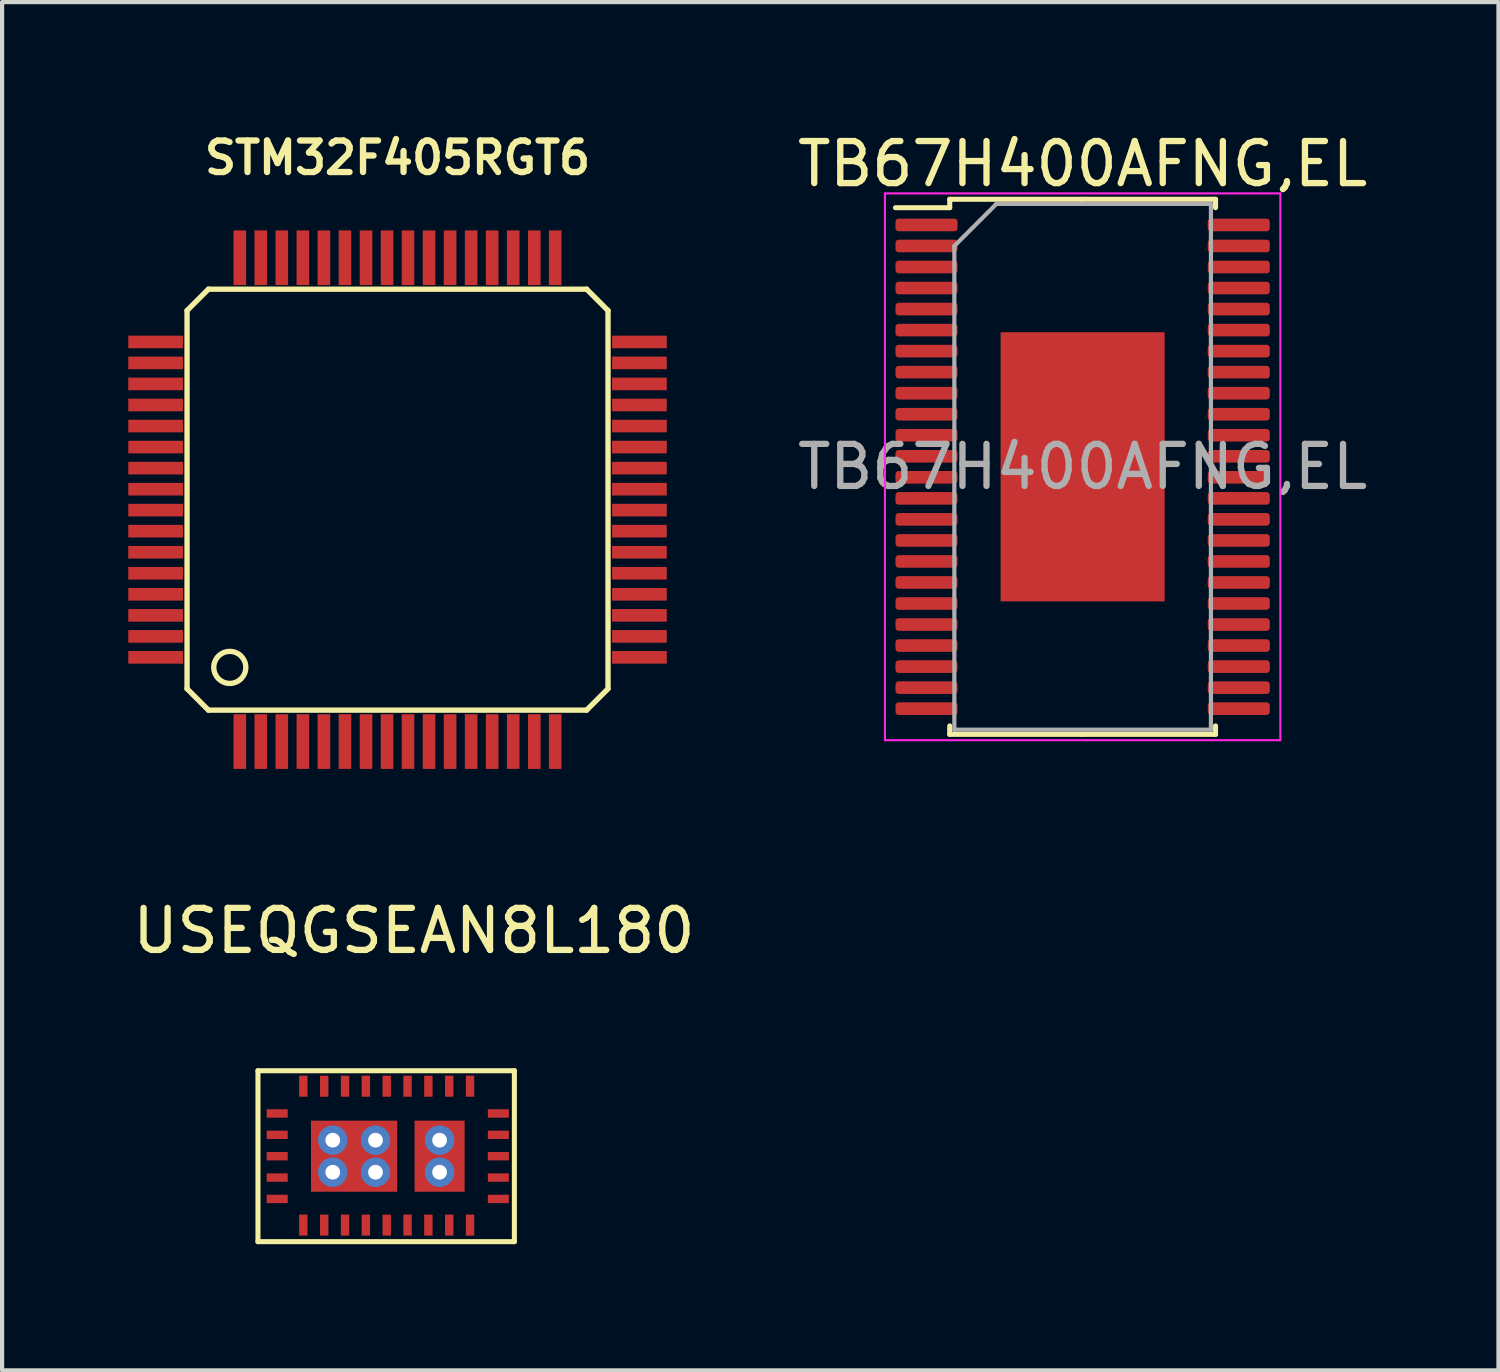
<source format=kicad_pcb>
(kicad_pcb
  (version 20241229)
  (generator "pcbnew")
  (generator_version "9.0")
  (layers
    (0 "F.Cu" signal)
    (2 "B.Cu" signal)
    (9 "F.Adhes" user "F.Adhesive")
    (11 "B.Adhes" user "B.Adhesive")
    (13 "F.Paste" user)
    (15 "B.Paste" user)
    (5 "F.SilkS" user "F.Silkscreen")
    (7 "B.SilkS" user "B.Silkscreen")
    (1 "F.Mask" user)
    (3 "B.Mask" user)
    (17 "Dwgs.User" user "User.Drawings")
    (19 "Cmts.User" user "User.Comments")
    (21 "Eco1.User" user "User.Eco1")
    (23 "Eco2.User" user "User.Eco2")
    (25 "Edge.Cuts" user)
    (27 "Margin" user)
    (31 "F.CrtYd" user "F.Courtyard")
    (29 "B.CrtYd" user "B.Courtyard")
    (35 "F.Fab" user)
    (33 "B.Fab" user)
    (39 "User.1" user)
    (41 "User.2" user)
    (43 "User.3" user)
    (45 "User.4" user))
  (footprint "USEQGSEAN8L180"
    (layer "F.Cu")
    (at 6.893 21.39)
    (property "Reference" "USEQGSEAN8L180" (at -0.102 -2.311 0) (layer "F.SilkS") (effects (font (size 1 1) (thickness 0.15))))
    (attr through_hole)
    (fp_line (start -3.81 1.016) (end 2.286 1.016) (stroke (width 0.12) (type solid)) (layer "F.SilkS"))
    (fp_line (start -3.81 5.08) (end -3.81 1.016) (stroke (width 0.12) (type solid)) (layer "F.SilkS"))
    (fp_line (start 2.286 1.016) (end 2.286 5.08) (stroke (width 0.12) (type solid)) (layer "F.SilkS"))
    (fp_line (start 2.286 5.08) (end -3.81 5.08) (stroke (width 0.12) (type solid)) (layer "F.SilkS"))
    (pad "1" smd rect (at -2.731 4.686 90) (size 0.5 0.2) (layers "F.Cu" "F.Mask" "F.Paste"))
    (pad "2" smd rect (at -2.235 4.686 90) (size 0.5 0.2) (layers "F.Cu" "F.Mask" "F.Paste"))
    (pad "3" smd rect (at -1.74 4.686 90) (size 0.5 0.2) (layers "F.Cu" "F.Mask" "F.Paste"))
    (pad "4" smd rect (at -1.245 4.686 90) (size 0.5 0.2) (layers "F.Cu" "F.Mask" "F.Paste"))
    (pad "5" smd rect (at -0.749 4.686 90) (size 0.5 0.2) (layers "F.Cu" "F.Mask" "F.Paste"))
    (pad "6" smd rect (at -0.254 4.686 90) (size 0.5 0.2) (layers "F.Cu" "F.Mask" "F.Paste"))
    (pad "7" smd rect (at 0.241 4.686 90) (size 0.5 0.2) (layers "F.Cu" "F.Mask" "F.Paste"))
    (pad "8" smd rect (at 0.737 4.686 90) (size 0.5 0.2) (layers "F.Cu" "F.Mask" "F.Paste"))
    (pad "9" smd rect (at 1.232 4.686 90) (size 0.5 0.2) (layers "F.Cu" "F.Mask" "F.Paste"))
    (pad "10" smd rect (at 1.905 4.064 180) (size 0.5 0.2) (layers "F.Cu" "F.Mask" "F.Paste"))
    (pad "11" smd rect (at 1.905 3.556 180) (size 0.5 0.2) (layers "F.Cu" "F.Mask" "F.Paste"))
    (pad "12" smd rect (at 1.905 3.048 180) (size 0.5 0.2) (layers "F.Cu" "F.Mask" "F.Paste"))
    (pad "13" smd rect (at 1.905 2.54 180) (size 0.5 0.2) (layers "F.Cu" "F.Mask" "F.Paste"))
    (pad "14" smd rect (at 1.905 2.032 180) (size 0.5 0.2) (layers "F.Cu" "F.Mask" "F.Paste"))
    (pad "15" smd rect (at 1.232 1.384 90) (size 0.5 0.2) (layers "F.Cu" "F.Mask" "F.Paste"))
    (pad "16" smd rect (at 0.737 1.384 90) (size 0.5 0.2) (layers "F.Cu" "F.Mask" "F.Paste"))
    (pad "17" smd rect (at 0.241 1.384 90) (size 0.5 0.2) (layers "F.Cu" "F.Mask" "F.Paste"))
    (pad "18" smd rect (at -0.254 1.384 90) (size 0.5 0.2) (layers "F.Cu" "F.Mask" "F.Paste"))
    (pad "19" smd rect (at -0.749 1.384 90) (size 0.5 0.2) (layers "F.Cu" "F.Mask" "F.Paste"))
    (pad "20" smd rect (at -1.245 1.384 90) (size 0.5 0.2) (layers "F.Cu" "F.Mask" "F.Paste"))
    (pad "21" smd rect (at -1.74 1.384 90) (size 0.5 0.2) (layers "F.Cu" "F.Mask" "F.Paste"))
    (pad "22" smd rect (at -2.235 1.384 90) (size 0.5 0.2) (layers "F.Cu" "F.Mask" "F.Paste"))
    (pad "23" smd rect (at -2.731 1.384 90) (size 0.5 0.2) (layers "F.Cu" "F.Mask" "F.Paste"))
    (pad "24" smd rect (at -3.353 2.032 180) (size 0.5 0.2) (layers "F.Cu" "F.Mask" "F.Paste"))
    (pad "25" smd rect (at -3.353 2.54 180) (size 0.5 0.2) (layers "F.Cu" "F.Mask" "F.Paste"))
    (pad "26" smd rect (at -3.353 3.048 180) (size 0.5 0.2) (layers "F.Cu" "F.Mask" "F.Paste"))
    (pad "27" smd rect (at -3.353 3.556 180) (size 0.5 0.2) (layers "F.Cu" "F.Mask" "F.Paste"))
    (pad "28" smd rect (at -3.353 4.064 180) (size 0.5 0.2) (layers "F.Cu" "F.Mask" "F.Paste"))
    (pad "29" thru_hole circle (at -2.032 2.667) (size 0.7 0.7) (drill 0.35) (layers "*.Cu" "*.Mask"))
    (pad "29" thru_hole circle (at -2.032 3.429) (size 0.7 0.7) (drill 0.35) (layers "*.Cu" "*.Mask"))
    (pad "29" smd rect (at -1.524 3.048) (size 2.05 1.69) (layers "F.Cu" "F.Mask" "F.Paste"))
    (pad "29" thru_hole circle (at -1.016 2.667) (size 0.7 0.7) (drill 0.35) (layers "*.Cu" "*.Mask"))
    (pad "29" thru_hole circle (at -1.016 3.429) (size 0.7 0.7) (drill 0.35) (layers "*.Cu" "*.Mask"))
    (pad "30" thru_hole circle (at 0.508 2.667) (size 0.7 0.7) (drill 0.35) (layers "*.Cu" "*.Mask"))
    (pad "30" smd rect (at 0.508 3.048) (size 1.19 1.69) (layers "F.Cu" "F.Mask" "F.Paste"))
    (pad "30" thru_hole circle (at 0.508 3.429) (size 0.7 0.7) (drill 0.35) (layers "*.Cu" "*.Mask")))
  (footprint "STM32F405RGT6"
    (layer "F.Cu")
    (at 6.401 8.829)
    (property "Reference" "STM32F405RGT6" (at 0 -8.128 0) (layer "F.SilkS") (effects (font (size 0.749 0.749) (thickness 0.15))))
    (attr through_hole)
    (fp_line (start -5.004 -4.496) (end -4.496 -5.004) (stroke (width 0.127) (type solid)) (layer "F.SilkS"))
    (fp_line (start -5.004 4.496) (end -5.004 -4.496) (stroke (width 0.127) (type solid)) (layer "F.SilkS"))
    (fp_line (start -4.496 -5.004) (end 4.496 -5.004) (stroke (width 0.127) (type solid)) (layer "F.SilkS"))
    (fp_line (start -4.496 5.004) (end -5.004 4.496) (stroke (width 0.127) (type solid)) (layer "F.SilkS"))
    (fp_line (start 4.496 -5.004) (end 5.004 -4.496) (stroke (width 0.127) (type solid)) (layer "F.SilkS"))
    (fp_line (start 4.496 5.004) (end -4.496 5.004) (stroke (width 0.127) (type solid)) (layer "F.SilkS"))
    (fp_line (start 5.004 4.496) (end 4.496 5.004) (stroke (width 0.127) (type solid)) (layer "F.SilkS"))
    (fp_line (start 5.004 4.496) (end 5.004 -4.496) (stroke (width 0.127) (type solid)) (layer "F.SilkS"))
    (fp_circle (center -3.988 3.988) (end -4.216 4.293) (stroke (width 0.127) (type solid)) (fill no) (layer "F.SilkS"))
    (pad "1" smd rect (at -3.749 5.751) (size 0.3 1.3) (layers "F.Cu" "F.Mask" "F.Paste"))
    (pad "2" smd rect (at -3.251 5.751) (size 0.3 1.3) (layers "F.Cu" "F.Mask" "F.Paste"))
    (pad "3" smd rect (at -2.751 5.751) (size 0.3 1.3) (layers "F.Cu" "F.Mask" "F.Paste"))
    (pad "4" smd rect (at -2.25 5.751) (size 0.3 1.3) (layers "F.Cu" "F.Mask" "F.Paste"))
    (pad "5" smd rect (at -1.75 5.751) (size 0.3 1.3) (layers "F.Cu" "F.Mask" "F.Paste"))
    (pad "6" smd rect (at -1.25 5.751) (size 0.3 1.3) (layers "F.Cu" "F.Mask" "F.Paste"))
    (pad "7" smd rect (at -0.749 5.751) (size 0.3 1.3) (layers "F.Cu" "F.Mask" "F.Paste"))
    (pad "8" smd rect (at -0.249 5.751) (size 0.3 1.3) (layers "F.Cu" "F.Mask" "F.Paste"))
    (pad "9" smd rect (at 0.249 5.751) (size 0.3 1.3) (layers "F.Cu" "F.Mask" "F.Paste"))
    (pad "10" smd rect (at 0.749 5.751) (size 0.3 1.3) (layers "F.Cu" "F.Mask" "F.Paste"))
    (pad "11" smd rect (at 1.25 5.751) (size 0.3 1.3) (layers "F.Cu" "F.Mask" "F.Paste"))
    (pad "12" smd rect (at 1.75 5.751) (size 0.3 1.3) (layers "F.Cu" "F.Mask" "F.Paste"))
    (pad "13" smd rect (at 2.25 5.751) (size 0.3 1.3) (layers "F.Cu" "F.Mask" "F.Paste"))
    (pad "14" smd rect (at 2.751 5.751) (size 0.3 1.3) (layers "F.Cu" "F.Mask" "F.Paste"))
    (pad "15" smd rect (at 3.251 5.751) (size 0.3 1.3) (layers "F.Cu" "F.Mask" "F.Paste"))
    (pad "16" smd rect (at 3.749 5.751) (size 0.3 1.3) (layers "F.Cu" "F.Mask" "F.Paste"))
    (pad "17" smd rect (at 5.751 3.749) (size 1.3 0.3) (layers "F.Cu" "F.Mask" "F.Paste"))
    (pad "18" smd rect (at 5.751 3.251) (size 1.3 0.3) (layers "F.Cu" "F.Mask" "F.Paste"))
    (pad "19" smd rect (at 5.751 2.751) (size 1.3 0.3) (layers "F.Cu" "F.Mask" "F.Paste"))
    (pad "20" smd rect (at 5.751 2.25) (size 1.3 0.3) (layers "F.Cu" "F.Mask" "F.Paste"))
    (pad "21" smd rect (at 5.751 1.75) (size 1.3 0.3) (layers "F.Cu" "F.Mask" "F.Paste"))
    (pad "22" smd rect (at 5.751 1.25) (size 1.3 0.3) (layers "F.Cu" "F.Mask" "F.Paste"))
    (pad "23" smd rect (at 5.751 0.749) (size 1.3 0.3) (layers "F.Cu" "F.Mask" "F.Paste"))
    (pad "24" smd rect (at 5.751 0.249) (size 1.3 0.3) (layers "F.Cu" "F.Mask" "F.Paste"))
    (pad "25" smd rect (at 5.751 -0.249) (size 1.3 0.3) (layers "F.Cu" "F.Mask" "F.Paste"))
    (pad "26" smd rect (at 5.751 -0.749) (size 1.3 0.3) (layers "F.Cu" "F.Mask" "F.Paste"))
    (pad "27" smd rect (at 5.751 -1.25) (size 1.3 0.3) (layers "F.Cu" "F.Mask" "F.Paste"))
    (pad "28" smd rect (at 5.751 -1.75) (size 1.3 0.3) (layers "F.Cu" "F.Mask" "F.Paste"))
    (pad "29" smd rect (at 5.751 -2.25) (size 1.3 0.3) (layers "F.Cu" "F.Mask" "F.Paste"))
    (pad "30" smd rect (at 5.751 -2.751) (size 1.3 0.3) (layers "F.Cu" "F.Mask" "F.Paste"))
    (pad "31" smd rect (at 5.751 -3.251) (size 1.3 0.3) (layers "F.Cu" "F.Mask" "F.Paste"))
    (pad "32" smd rect (at 5.751 -3.749) (size 1.3 0.3) (layers "F.Cu" "F.Mask" "F.Paste"))
    (pad "33" smd rect (at 3.749 -5.751) (size 0.3 1.3) (layers "F.Cu" "F.Mask" "F.Paste"))
    (pad "34" smd rect (at 3.251 -5.751) (size 0.3 1.3) (layers "F.Cu" "F.Mask" "F.Paste"))
    (pad "35" smd rect (at 2.751 -5.751) (size 0.3 1.3) (layers "F.Cu" "F.Mask" "F.Paste"))
    (pad "36" smd rect (at 2.25 -5.751) (size 0.3 1.3) (layers "F.Cu" "F.Mask" "F.Paste"))
    (pad "37" smd rect (at 1.75 -5.751) (size 0.3 1.3) (layers "F.Cu" "F.Mask" "F.Paste"))
    (pad "38" smd rect (at 1.25 -5.751) (size 0.3 1.3) (layers "F.Cu" "F.Mask" "F.Paste"))
    (pad "39" smd rect (at 0.749 -5.751) (size 0.3 1.3) (layers "F.Cu" "F.Mask" "F.Paste"))
    (pad "40" smd rect (at 0.249 -5.751) (size 0.3 1.3) (layers "F.Cu" "F.Mask" "F.Paste"))
    (pad "41" smd rect (at -0.249 -5.751) (size 0.3 1.3) (layers "F.Cu" "F.Mask" "F.Paste"))
    (pad "42" smd rect (at -0.749 -5.751) (size 0.3 1.3) (layers "F.Cu" "F.Mask" "F.Paste"))
    (pad "43" smd rect (at -1.25 -5.751) (size 0.3 1.3) (layers "F.Cu" "F.Mask" "F.Paste"))
    (pad "44" smd rect (at -1.75 -5.751) (size 0.3 1.3) (layers "F.Cu" "F.Mask" "F.Paste"))
    (pad "45" smd rect (at -2.25 -5.751) (size 0.3 1.3) (layers "F.Cu" "F.Mask" "F.Paste"))
    (pad "46" smd rect (at -2.751 -5.751) (size 0.3 1.3) (layers "F.Cu" "F.Mask" "F.Paste"))
    (pad "47" smd rect (at -3.251 -5.751) (size 0.3 1.3) (layers "F.Cu" "F.Mask" "F.Paste"))
    (pad "48" smd rect (at -3.749 -5.751) (size 0.3 1.3) (layers "F.Cu" "F.Mask" "F.Paste"))
    (pad "49" smd rect (at -5.751 -3.749) (size 1.3 0.3) (layers "F.Cu" "F.Mask" "F.Paste"))
    (pad "50" smd rect (at -5.751 -3.251) (size 1.3 0.3) (layers "F.Cu" "F.Mask" "F.Paste"))
    (pad "51" smd rect (at -5.751 -2.751) (size 1.3 0.3) (layers "F.Cu" "F.Mask" "F.Paste"))
    (pad "52" smd rect (at -5.751 -2.25) (size 1.3 0.3) (layers "F.Cu" "F.Mask" "F.Paste"))
    (pad "53" smd rect (at -5.751 -1.75) (size 1.3 0.3) (layers "F.Cu" "F.Mask" "F.Paste"))
    (pad "54" smd rect (at -5.751 -1.25) (size 1.3 0.3) (layers "F.Cu" "F.Mask" "F.Paste"))
    (pad "55" smd rect (at -5.751 -0.749) (size 1.3 0.3) (layers "F.Cu" "F.Mask" "F.Paste"))
    (pad "56" smd rect (at -5.751 -0.249) (size 1.3 0.3) (layers "F.Cu" "F.Mask" "F.Paste"))
    (pad "57" smd rect (at -5.751 0.249) (size 1.3 0.3) (layers "F.Cu" "F.Mask" "F.Paste"))
    (pad "58" smd rect (at -5.751 0.749) (size 1.3 0.3) (layers "F.Cu" "F.Mask" "F.Paste"))
    (pad "59" smd rect (at -5.751 1.25) (size 1.3 0.3) (layers "F.Cu" "F.Mask" "F.Paste"))
    (pad "60" smd rect (at -5.751 1.75) (size 1.3 0.3) (layers "F.Cu" "F.Mask" "F.Paste"))
    (pad "61" smd rect (at -5.751 2.25) (size 1.3 0.3) (layers "F.Cu" "F.Mask" "F.Paste"))
    (pad "62" smd rect (at -5.751 2.751) (size 1.3 0.3) (layers "F.Cu" "F.Mask" "F.Paste"))
    (pad "63" smd rect (at -5.751 3.251) (size 1.3 0.3) (layers "F.Cu" "F.Mask" "F.Paste"))
    (pad "64" smd rect (at -5.751 3.749) (size 1.3 0.3) (layers "F.Cu" "F.Mask" "F.Paste")))
  (footprint "TB67H400AFNG,EL"
    (layer "F.Cu")
    (at 22.689 8.048)
    (property "Reference" "TB67H400AFNG,EL" (at 0 -7.2 0) (layer "F.SilkS") (effects (font (size 1 1) (thickness 0.15))))
    (attr smd)
    (fp_line (start -3.16 -6.36) (end -3.16 -6.16) (stroke (width 0.12) (type solid)) (layer "F.SilkS"))
    (fp_line (start -3.16 -6.16) (end -4.45 -6.16) (stroke (width 0.12) (type solid)) (layer "F.SilkS"))
    (fp_line (start -3.16 6.36) (end -3.16 6.16) (stroke (width 0.12) (type solid)) (layer "F.SilkS"))
    (fp_line (start 0 -6.36) (end -3.16 -6.36) (stroke (width 0.12) (type solid)) (layer "F.SilkS"))
    (fp_line (start 0 -6.36) (end 3.16 -6.36) (stroke (width 0.12) (type solid)) (layer "F.SilkS"))
    (fp_line (start 0 6.36) (end -3.16 6.36) (stroke (width 0.12) (type solid)) (layer "F.SilkS"))
    (fp_line (start 0 6.36) (end 3.16 6.36) (stroke (width 0.12) (type solid)) (layer "F.SilkS"))
    (fp_line (start 3.16 -6.36) (end 3.16 -6.16) (stroke (width 0.12) (type solid)) (layer "F.SilkS"))
    (fp_line (start 3.16 6.36) (end 3.16 6.16) (stroke (width 0.12) (type solid)) (layer "F.SilkS"))
    (fp_line (start -4.7 -6.5) (end -4.7 6.5) (stroke (width 0.05) (type solid)) (layer "F.CrtYd"))
    (fp_line (start -4.7 6.5) (end 4.7 6.5) (stroke (width 0.05) (type solid)) (layer "F.CrtYd"))
    (fp_line (start 4.7 -6.5) (end -4.7 -6.5) (stroke (width 0.05) (type solid)) (layer "F.CrtYd"))
    (fp_line (start 4.7 6.5) (end 4.7 -6.5) (stroke (width 0.05) (type solid)) (layer "F.CrtYd"))
    (fp_line (start -3.05 -5.25) (end -2.05 -6.25) (stroke (width 0.1) (type solid)) (layer "F.Fab"))
    (fp_line (start -3.05 6.25) (end -3.05 -5.25) (stroke (width 0.1) (type solid)) (layer "F.Fab"))
    (fp_line (start -2.05 -6.25) (end 3.05 -6.25) (stroke (width 0.1) (type solid)) (layer "F.Fab"))
    (fp_line (start 3.05 -6.25) (end 3.05 6.25) (stroke (width 0.1) (type solid)) (layer "F.Fab"))
    (fp_line (start 3.05 6.25) (end -3.05 6.25) (stroke (width 0.1) (type solid)) (layer "F.Fab"))
    (fp_text user "${REFERENCE}" (at 0 0 0) (layer "F.Fab") (effects (font (size 1 1) (thickness 0.15))))
    (pad "1" smd roundrect (at -3.712 -5.75) (size 1.475 0.3) (layers "F.Cu" "F.Mask" "F.Paste") (roundrect_rratio 0.25))
    (pad "2" smd roundrect (at -3.712 -5.25) (size 1.475 0.3) (layers "F.Cu" "F.Mask" "F.Paste") (roundrect_rratio 0.25))
    (pad "3" smd roundrect (at -3.712 -4.75) (size 1.475 0.3) (layers "F.Cu" "F.Mask" "F.Paste") (roundrect_rratio 0.25))
    (pad "4" smd roundrect (at -3.712 -4.25) (size 1.475 0.3) (layers "F.Cu" "F.Mask" "F.Paste") (roundrect_rratio 0.25))
    (pad "5" smd roundrect (at -3.712 -3.75) (size 1.475 0.3) (layers "F.Cu" "F.Mask" "F.Paste") (roundrect_rratio 0.25))
    (pad "6" smd roundrect (at -3.712 -3.25) (size 1.475 0.3) (layers "F.Cu" "F.Mask" "F.Paste") (roundrect_rratio 0.25))
    (pad "7" smd roundrect (at -3.712 -2.75) (size 1.475 0.3) (layers "F.Cu" "F.Mask" "F.Paste") (roundrect_rratio 0.25))
    (pad "8" smd roundrect (at -3.712 -2.25) (size 1.475 0.3) (layers "F.Cu" "F.Mask" "F.Paste") (roundrect_rratio 0.25))
    (pad "9" smd roundrect (at -3.712 -1.75) (size 1.475 0.3) (layers "F.Cu" "F.Mask" "F.Paste") (roundrect_rratio 0.25))
    (pad "10" smd roundrect (at -3.712 -1.25) (size 1.475 0.3) (layers "F.Cu" "F.Mask" "F.Paste") (roundrect_rratio 0.25))
    (pad "11" smd roundrect (at -3.712 -0.75) (size 1.475 0.3) (layers "F.Cu" "F.Mask" "F.Paste") (roundrect_rratio 0.25))
    (pad "12" smd roundrect (at -3.712 -0.25) (size 1.475 0.3) (layers "F.Cu" "F.Mask" "F.Paste") (roundrect_rratio 0.25))
    (pad "13" smd roundrect (at -3.712 0.25) (size 1.475 0.3) (layers "F.Cu" "F.Mask" "F.Paste") (roundrect_rratio 0.25))
    (pad "14" smd roundrect (at -3.712 0.75) (size 1.475 0.3) (layers "F.Cu" "F.Mask" "F.Paste") (roundrect_rratio 0.25))
    (pad "15" smd roundrect (at -3.712 1.25) (size 1.475 0.3) (layers "F.Cu" "F.Mask" "F.Paste") (roundrect_rratio 0.25))
    (pad "16" smd roundrect (at -3.712 1.75) (size 1.475 0.3) (layers "F.Cu" "F.Mask" "F.Paste") (roundrect_rratio 0.25))
    (pad "17" smd roundrect (at -3.712 2.25) (size 1.475 0.3) (layers "F.Cu" "F.Mask" "F.Paste") (roundrect_rratio 0.25))
    (pad "18" smd roundrect (at -3.712 2.75) (size 1.475 0.3) (layers "F.Cu" "F.Mask" "F.Paste") (roundrect_rratio 0.25))
    (pad "19" smd roundrect (at -3.712 3.25) (size 1.475 0.3) (layers "F.Cu" "F.Mask" "F.Paste") (roundrect_rratio 0.25))
    (pad "20" smd roundrect (at -3.712 3.75) (size 1.475 0.3) (layers "F.Cu" "F.Mask" "F.Paste") (roundrect_rratio 0.25))
    (pad "21" smd roundrect (at -3.712 4.25) (size 1.475 0.3) (layers "F.Cu" "F.Mask" "F.Paste") (roundrect_rratio 0.25))
    (pad "22" smd roundrect (at -3.712 4.75) (size 1.475 0.3) (layers "F.Cu" "F.Mask" "F.Paste") (roundrect_rratio 0.25))
    (pad "23" smd roundrect (at -3.712 5.25) (size 1.475 0.3) (layers "F.Cu" "F.Mask" "F.Paste") (roundrect_rratio 0.25))
    (pad "24" smd roundrect (at -3.712 5.75) (size 1.475 0.3) (layers "F.Cu" "F.Mask" "F.Paste") (roundrect_rratio 0.25))
    (pad "25" smd roundrect (at 3.712 5.75) (size 1.475 0.3) (layers "F.Cu" "F.Mask" "F.Paste") (roundrect_rratio 0.25))
    (pad "26" smd roundrect (at 3.712 5.25) (size 1.475 0.3) (layers "F.Cu" "F.Mask" "F.Paste") (roundrect_rratio 0.25))
    (pad "27" smd roundrect (at 3.712 4.75) (size 1.475 0.3) (layers "F.Cu" "F.Mask" "F.Paste") (roundrect_rratio 0.25))
    (pad "28" smd roundrect (at 3.712 4.25) (size 1.475 0.3) (layers "F.Cu" "F.Mask" "F.Paste") (roundrect_rratio 0.25))
    (pad "29" smd roundrect (at 3.712 3.75) (size 1.475 0.3) (layers "F.Cu" "F.Mask" "F.Paste") (roundrect_rratio 0.25))
    (pad "30" smd roundrect (at 3.712 3.25) (size 1.475 0.3) (layers "F.Cu" "F.Mask" "F.Paste") (roundrect_rratio 0.25))
    (pad "31" smd roundrect (at 3.712 2.75) (size 1.475 0.3) (layers "F.Cu" "F.Mask" "F.Paste") (roundrect_rratio 0.25))
    (pad "32" smd roundrect (at 3.712 2.25) (size 1.475 0.3) (layers "F.Cu" "F.Mask" "F.Paste") (roundrect_rratio 0.25))
    (pad "33" smd roundrect (at 3.712 1.75) (size 1.475 0.3) (layers "F.Cu" "F.Mask" "F.Paste") (roundrect_rratio 0.25))
    (pad "34" smd roundrect (at 3.712 1.25) (size 1.475 0.3) (layers "F.Cu" "F.Mask" "F.Paste") (roundrect_rratio 0.25))
    (pad "35" smd roundrect (at 3.712 0.75) (size 1.475 0.3) (layers "F.Cu" "F.Mask" "F.Paste") (roundrect_rratio 0.25))
    (pad "36" smd roundrect (at 3.712 0.25) (size 1.475 0.3) (layers "F.Cu" "F.Mask" "F.Paste") (roundrect_rratio 0.25))
    (pad "37" smd roundrect (at 3.712 -0.25) (size 1.475 0.3) (layers "F.Cu" "F.Mask" "F.Paste") (roundrect_rratio 0.25))
    (pad "38" smd roundrect (at 3.712 -0.75) (size 1.475 0.3) (layers "F.Cu" "F.Mask" "F.Paste") (roundrect_rratio 0.25))
    (pad "39" smd roundrect (at 3.712 -1.25) (size 1.475 0.3) (layers "F.Cu" "F.Mask" "F.Paste") (roundrect_rratio 0.25))
    (pad "40" smd roundrect (at 3.712 -1.75) (size 1.475 0.3) (layers "F.Cu" "F.Mask" "F.Paste") (roundrect_rratio 0.25))
    (pad "41" smd roundrect (at 3.712 -2.25) (size 1.475 0.3) (layers "F.Cu" "F.Mask" "F.Paste") (roundrect_rratio 0.25))
    (pad "42" smd roundrect (at 3.712 -2.75) (size 1.475 0.3) (layers "F.Cu" "F.Mask" "F.Paste") (roundrect_rratio 0.25))
    (pad "43" smd roundrect (at 3.712 -3.25) (size 1.475 0.3) (layers "F.Cu" "F.Mask" "F.Paste") (roundrect_rratio 0.25))
    (pad "44" smd roundrect (at 3.712 -3.75) (size 1.475 0.3) (layers "F.Cu" "F.Mask" "F.Paste") (roundrect_rratio 0.25))
    (pad "45" smd roundrect (at 3.712 -4.25) (size 1.475 0.3) (layers "F.Cu" "F.Mask" "F.Paste") (roundrect_rratio 0.25))
    (pad "46" smd roundrect (at 3.712 -4.75) (size 1.475 0.3) (layers "F.Cu" "F.Mask" "F.Paste") (roundrect_rratio 0.25))
    (pad "47" smd roundrect (at 3.712 -5.25) (size 1.475 0.3) (layers "F.Cu" "F.Mask" "F.Paste") (roundrect_rratio 0.25))
    (pad "48" smd roundrect (at 3.712 -5.75) (size 1.475 0.3) (layers "F.Cu" "F.Mask" "F.Paste") (roundrect_rratio 0.25))
    (pad "49" smd rect (at 0 0) (size 3.9 6.4) (layers "F.Cu" "F.Mask" "F.Paste")))
  (gr_rect
    (start -3 -3)
    (end 32.575 29.53)
    (stroke (width 0.1) (type default))
    (fill no)
    (layer "Edge.Cuts")))
</source>
